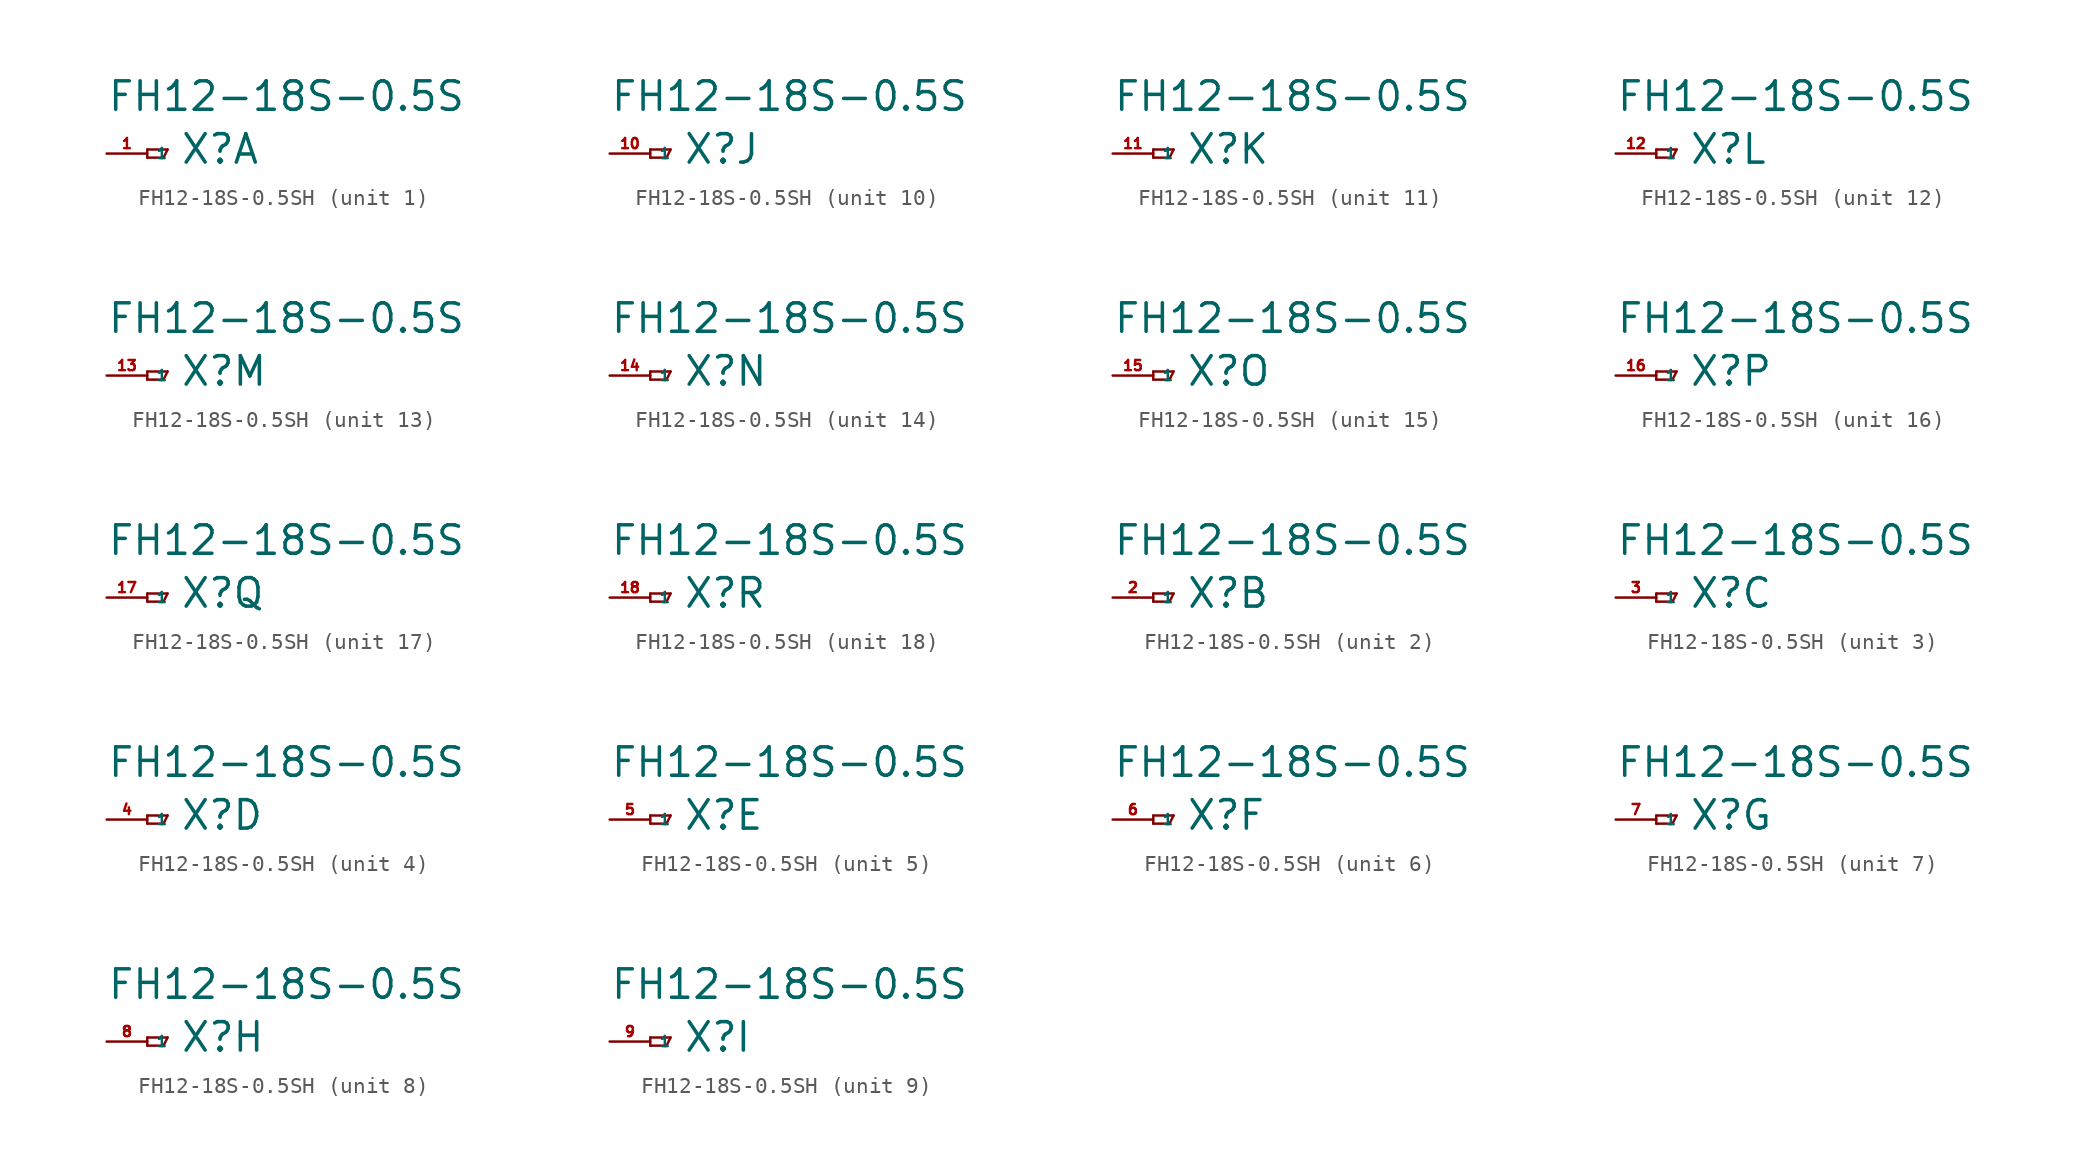
<source format=kicad_sym>
(kicad_symbol_lib
  (version 20220914)
  (generator Eagle2Kicad)
  (symbol "FH12-18S-0.5SH"
    (property "Reference" "X"
      (at 2.032 -0.762 0)
      (effects (font (size 1.778 1.778) (thickness 0.22)) (justify left bottom)))
    (property "Value" "FH12-18S-0.5S"
      (at -2.54 2.54 0)
      (effects (font (size 1.778 1.778) (thickness 0.22)) (justify left bottom)))
    (symbol "FH12-18S-0.5SH_1_0"
      (polyline (pts (xy 0 0.254) (xy 0 -0.254)) (stroke (width 0.152) (type default)) (fill (type none)))
      (polyline (pts (xy 0 -0.254) (xy 1.016 -0.254)) (stroke (width 0.152) (type default)) (fill (type none)))
      (polyline (pts (xy 1.016 -0.254) (xy 1.27 0.254)) (stroke (width 0.152) (type default)) (fill (type none)))
      (polyline (pts (xy 1.27 0.254) (xy 0 0.254)) (stroke (width 0.152) (type default)) (fill (type none)))
      (pin passive line (at -2.54 0 0) (length 2.54) (name "1" (effects (font (size 0.635 0.635) (thickness 0.08)) (justify left bottom))) (number "1" (effects (font (size 0.635 0.635) (thickness 0.08)) (justify left bottom)))))
    (symbol "FH12-18S-0.5SH_2_0"
      (polyline (pts (xy 0 0.254) (xy 0 -0.254)) (stroke (width 0.152) (type default)) (fill (type none)))
      (polyline (pts (xy 0 -0.254) (xy 1.016 -0.254)) (stroke (width 0.152) (type default)) (fill (type none)))
      (polyline (pts (xy 1.016 -0.254) (xy 1.27 0.254)) (stroke (width 0.152) (type default)) (fill (type none)))
      (polyline (pts (xy 1.27 0.254) (xy 0 0.254)) (stroke (width 0.152) (type default)) (fill (type none)))
      (pin passive line (at -2.54 0 0) (length 2.54) (name "1" (effects (font (size 0.635 0.635) (thickness 0.08)) (justify left bottom))) (number "2" (effects (font (size 0.635 0.635) (thickness 0.08)) (justify left bottom)))))
    (symbol "FH12-18S-0.5SH_3_0"
      (polyline (pts (xy 0 0.254) (xy 0 -0.254)) (stroke (width 0.152) (type default)) (fill (type none)))
      (polyline (pts (xy 0 -0.254) (xy 1.016 -0.254)) (stroke (width 0.152) (type default)) (fill (type none)))
      (polyline (pts (xy 1.016 -0.254) (xy 1.27 0.254)) (stroke (width 0.152) (type default)) (fill (type none)))
      (polyline (pts (xy 1.27 0.254) (xy 0 0.254)) (stroke (width 0.152) (type default)) (fill (type none)))
      (pin passive line (at -2.54 0 0) (length 2.54) (name "1" (effects (font (size 0.635 0.635) (thickness 0.08)) (justify left bottom))) (number "3" (effects (font (size 0.635 0.635) (thickness 0.08)) (justify left bottom)))))
    (symbol "FH12-18S-0.5SH_4_0"
      (polyline (pts (xy 0 0.254) (xy 0 -0.254)) (stroke (width 0.152) (type default)) (fill (type none)))
      (polyline (pts (xy 0 -0.254) (xy 1.016 -0.254)) (stroke (width 0.152) (type default)) (fill (type none)))
      (polyline (pts (xy 1.016 -0.254) (xy 1.27 0.254)) (stroke (width 0.152) (type default)) (fill (type none)))
      (polyline (pts (xy 1.27 0.254) (xy 0 0.254)) (stroke (width 0.152) (type default)) (fill (type none)))
      (pin passive line (at -2.54 0 0) (length 2.54) (name "1" (effects (font (size 0.635 0.635) (thickness 0.08)) (justify left bottom))) (number "4" (effects (font (size 0.635 0.635) (thickness 0.08)) (justify left bottom)))))
    (symbol "FH12-18S-0.5SH_5_0"
      (polyline (pts (xy 0 0.254) (xy 0 -0.254)) (stroke (width 0.152) (type default)) (fill (type none)))
      (polyline (pts (xy 0 -0.254) (xy 1.016 -0.254)) (stroke (width 0.152) (type default)) (fill (type none)))
      (polyline (pts (xy 1.016 -0.254) (xy 1.27 0.254)) (stroke (width 0.152) (type default)) (fill (type none)))
      (polyline (pts (xy 1.27 0.254) (xy 0 0.254)) (stroke (width 0.152) (type default)) (fill (type none)))
      (pin passive line (at -2.54 0 0) (length 2.54) (name "1" (effects (font (size 0.635 0.635) (thickness 0.08)) (justify left bottom))) (number "5" (effects (font (size 0.635 0.635) (thickness 0.08)) (justify left bottom)))))
    (symbol "FH12-18S-0.5SH_6_0"
      (polyline (pts (xy 0 0.254) (xy 0 -0.254)) (stroke (width 0.152) (type default)) (fill (type none)))
      (polyline (pts (xy 0 -0.254) (xy 1.016 -0.254)) (stroke (width 0.152) (type default)) (fill (type none)))
      (polyline (pts (xy 1.016 -0.254) (xy 1.27 0.254)) (stroke (width 0.152) (type default)) (fill (type none)))
      (polyline (pts (xy 1.27 0.254) (xy 0 0.254)) (stroke (width 0.152) (type default)) (fill (type none)))
      (pin passive line (at -2.54 0 0) (length 2.54) (name "1" (effects (font (size 0.635 0.635) (thickness 0.08)) (justify left bottom))) (number "6" (effects (font (size 0.635 0.635) (thickness 0.08)) (justify left bottom)))))
    (symbol "FH12-18S-0.5SH_7_0"
      (polyline (pts (xy 0 0.254) (xy 0 -0.254)) (stroke (width 0.152) (type default)) (fill (type none)))
      (polyline (pts (xy 0 -0.254) (xy 1.016 -0.254)) (stroke (width 0.152) (type default)) (fill (type none)))
      (polyline (pts (xy 1.016 -0.254) (xy 1.27 0.254)) (stroke (width 0.152) (type default)) (fill (type none)))
      (polyline (pts (xy 1.27 0.254) (xy 0 0.254)) (stroke (width 0.152) (type default)) (fill (type none)))
      (pin passive line (at -2.54 0 0) (length 2.54) (name "1" (effects (font (size 0.635 0.635) (thickness 0.08)) (justify left bottom))) (number "7" (effects (font (size 0.635 0.635) (thickness 0.08)) (justify left bottom)))))
    (symbol "FH12-18S-0.5SH_8_0"
      (polyline (pts (xy 0 0.254) (xy 0 -0.254)) (stroke (width 0.152) (type default)) (fill (type none)))
      (polyline (pts (xy 0 -0.254) (xy 1.016 -0.254)) (stroke (width 0.152) (type default)) (fill (type none)))
      (polyline (pts (xy 1.016 -0.254) (xy 1.27 0.254)) (stroke (width 0.152) (type default)) (fill (type none)))
      (polyline (pts (xy 1.27 0.254) (xy 0 0.254)) (stroke (width 0.152) (type default)) (fill (type none)))
      (pin passive line (at -2.54 0 0) (length 2.54) (name "1" (effects (font (size 0.635 0.635) (thickness 0.08)) (justify left bottom))) (number "8" (effects (font (size 0.635 0.635) (thickness 0.08)) (justify left bottom)))))
    (symbol "FH12-18S-0.5SH_9_0"
      (polyline (pts (xy 0 0.254) (xy 0 -0.254)) (stroke (width 0.152) (type default)) (fill (type none)))
      (polyline (pts (xy 0 -0.254) (xy 1.016 -0.254)) (stroke (width 0.152) (type default)) (fill (type none)))
      (polyline (pts (xy 1.016 -0.254) (xy 1.27 0.254)) (stroke (width 0.152) (type default)) (fill (type none)))
      (polyline (pts (xy 1.27 0.254) (xy 0 0.254)) (stroke (width 0.152) (type default)) (fill (type none)))
      (pin passive line (at -2.54 0 0) (length 2.54) (name "1" (effects (font (size 0.635 0.635) (thickness 0.08)) (justify left bottom))) (number "9" (effects (font (size 0.635 0.635) (thickness 0.08)) (justify left bottom)))))
    (symbol "FH12-18S-0.5SH_10_0"
      (polyline (pts (xy 0 0.254) (xy 0 -0.254)) (stroke (width 0.152) (type default)) (fill (type none)))
      (polyline (pts (xy 0 -0.254) (xy 1.016 -0.254)) (stroke (width 0.152) (type default)) (fill (type none)))
      (polyline (pts (xy 1.016 -0.254) (xy 1.27 0.254)) (stroke (width 0.152) (type default)) (fill (type none)))
      (polyline (pts (xy 1.27 0.254) (xy 0 0.254)) (stroke (width 0.152) (type default)) (fill (type none)))
      (pin passive line (at -2.54 0 0) (length 2.54) (name "1" (effects (font (size 0.635 0.635) (thickness 0.08)) (justify left bottom))) (number "10" (effects (font (size 0.635 0.635) (thickness 0.08)) (justify left bottom)))))
    (symbol "FH12-18S-0.5SH_11_0"
      (polyline (pts (xy 0 0.254) (xy 0 -0.254)) (stroke (width 0.152) (type default)) (fill (type none)))
      (polyline (pts (xy 0 -0.254) (xy 1.016 -0.254)) (stroke (width 0.152) (type default)) (fill (type none)))
      (polyline (pts (xy 1.016 -0.254) (xy 1.27 0.254)) (stroke (width 0.152) (type default)) (fill (type none)))
      (polyline (pts (xy 1.27 0.254) (xy 0 0.254)) (stroke (width 0.152) (type default)) (fill (type none)))
      (pin passive line (at -2.54 0 0) (length 2.54) (name "1" (effects (font (size 0.635 0.635) (thickness 0.08)) (justify left bottom))) (number "11" (effects (font (size 0.635 0.635) (thickness 0.08)) (justify left bottom)))))
    (symbol "FH12-18S-0.5SH_12_0"
      (polyline (pts (xy 0 0.254) (xy 0 -0.254)) (stroke (width 0.152) (type default)) (fill (type none)))
      (polyline (pts (xy 0 -0.254) (xy 1.016 -0.254)) (stroke (width 0.152) (type default)) (fill (type none)))
      (polyline (pts (xy 1.016 -0.254) (xy 1.27 0.254)) (stroke (width 0.152) (type default)) (fill (type none)))
      (polyline (pts (xy 1.27 0.254) (xy 0 0.254)) (stroke (width 0.152) (type default)) (fill (type none)))
      (pin passive line (at -2.54 0 0) (length 2.54) (name "1" (effects (font (size 0.635 0.635) (thickness 0.08)) (justify left bottom))) (number "12" (effects (font (size 0.635 0.635) (thickness 0.08)) (justify left bottom)))))
    (symbol "FH12-18S-0.5SH_13_0"
      (polyline (pts (xy 0 0.254) (xy 0 -0.254)) (stroke (width 0.152) (type default)) (fill (type none)))
      (polyline (pts (xy 0 -0.254) (xy 1.016 -0.254)) (stroke (width 0.152) (type default)) (fill (type none)))
      (polyline (pts (xy 1.016 -0.254) (xy 1.27 0.254)) (stroke (width 0.152) (type default)) (fill (type none)))
      (polyline (pts (xy 1.27 0.254) (xy 0 0.254)) (stroke (width 0.152) (type default)) (fill (type none)))
      (pin passive line (at -2.54 0 0) (length 2.54) (name "1" (effects (font (size 0.635 0.635) (thickness 0.08)) (justify left bottom))) (number "13" (effects (font (size 0.635 0.635) (thickness 0.08)) (justify left bottom)))))
    (symbol "FH12-18S-0.5SH_14_0"
      (polyline (pts (xy 0 0.254) (xy 0 -0.254)) (stroke (width 0.152) (type default)) (fill (type none)))
      (polyline (pts (xy 0 -0.254) (xy 1.016 -0.254)) (stroke (width 0.152) (type default)) (fill (type none)))
      (polyline (pts (xy 1.016 -0.254) (xy 1.27 0.254)) (stroke (width 0.152) (type default)) (fill (type none)))
      (polyline (pts (xy 1.27 0.254) (xy 0 0.254)) (stroke (width 0.152) (type default)) (fill (type none)))
      (pin passive line (at -2.54 0 0) (length 2.54) (name "1" (effects (font (size 0.635 0.635) (thickness 0.08)) (justify left bottom))) (number "14" (effects (font (size 0.635 0.635) (thickness 0.08)) (justify left bottom)))))
    (symbol "FH12-18S-0.5SH_15_0"
      (polyline (pts (xy 0 0.254) (xy 0 -0.254)) (stroke (width 0.152) (type default)) (fill (type none)))
      (polyline (pts (xy 0 -0.254) (xy 1.016 -0.254)) (stroke (width 0.152) (type default)) (fill (type none)))
      (polyline (pts (xy 1.016 -0.254) (xy 1.27 0.254)) (stroke (width 0.152) (type default)) (fill (type none)))
      (polyline (pts (xy 1.27 0.254) (xy 0 0.254)) (stroke (width 0.152) (type default)) (fill (type none)))
      (pin passive line (at -2.54 0 0) (length 2.54) (name "1" (effects (font (size 0.635 0.635) (thickness 0.08)) (justify left bottom))) (number "15" (effects (font (size 0.635 0.635) (thickness 0.08)) (justify left bottom)))))
    (symbol "FH12-18S-0.5SH_16_0"
      (polyline (pts (xy 0 0.254) (xy 0 -0.254)) (stroke (width 0.152) (type default)) (fill (type none)))
      (polyline (pts (xy 0 -0.254) (xy 1.016 -0.254)) (stroke (width 0.152) (type default)) (fill (type none)))
      (polyline (pts (xy 1.016 -0.254) (xy 1.27 0.254)) (stroke (width 0.152) (type default)) (fill (type none)))
      (polyline (pts (xy 1.27 0.254) (xy 0 0.254)) (stroke (width 0.152) (type default)) (fill (type none)))
      (pin passive line (at -2.54 0 0) (length 2.54) (name "1" (effects (font (size 0.635 0.635) (thickness 0.08)) (justify left bottom))) (number "16" (effects (font (size 0.635 0.635) (thickness 0.08)) (justify left bottom)))))
    (symbol "FH12-18S-0.5SH_17_0"
      (polyline (pts (xy 0 0.254) (xy 0 -0.254)) (stroke (width 0.152) (type default)) (fill (type none)))
      (polyline (pts (xy 0 -0.254) (xy 1.016 -0.254)) (stroke (width 0.152) (type default)) (fill (type none)))
      (polyline (pts (xy 1.016 -0.254) (xy 1.27 0.254)) (stroke (width 0.152) (type default)) (fill (type none)))
      (polyline (pts (xy 1.27 0.254) (xy 0 0.254)) (stroke (width 0.152) (type default)) (fill (type none)))
      (pin passive line (at -2.54 0 0) (length 2.54) (name "1" (effects (font (size 0.635 0.635) (thickness 0.08)) (justify left bottom))) (number "17" (effects (font (size 0.635 0.635) (thickness 0.08)) (justify left bottom)))))
    (symbol "FH12-18S-0.5SH_18_0"
      (polyline (pts (xy 0 0.254) (xy 0 -0.254)) (stroke (width 0.152) (type default)) (fill (type none)))
      (polyline (pts (xy 0 -0.254) (xy 1.016 -0.254)) (stroke (width 0.152) (type default)) (fill (type none)))
      (polyline (pts (xy 1.016 -0.254) (xy 1.27 0.254)) (stroke (width 0.152) (type default)) (fill (type none)))
      (polyline (pts (xy 1.27 0.254) (xy 0 0.254)) (stroke (width 0.152) (type default)) (fill (type none)))
      (pin passive line (at -2.54 0 0) (length 2.54) (name "1" (effects (font (size 0.635 0.635) (thickness 0.08)) (justify left bottom))) (number "18" (effects (font (size 0.635 0.635) (thickness 0.08)) (justify left bottom)))))))
</source>
